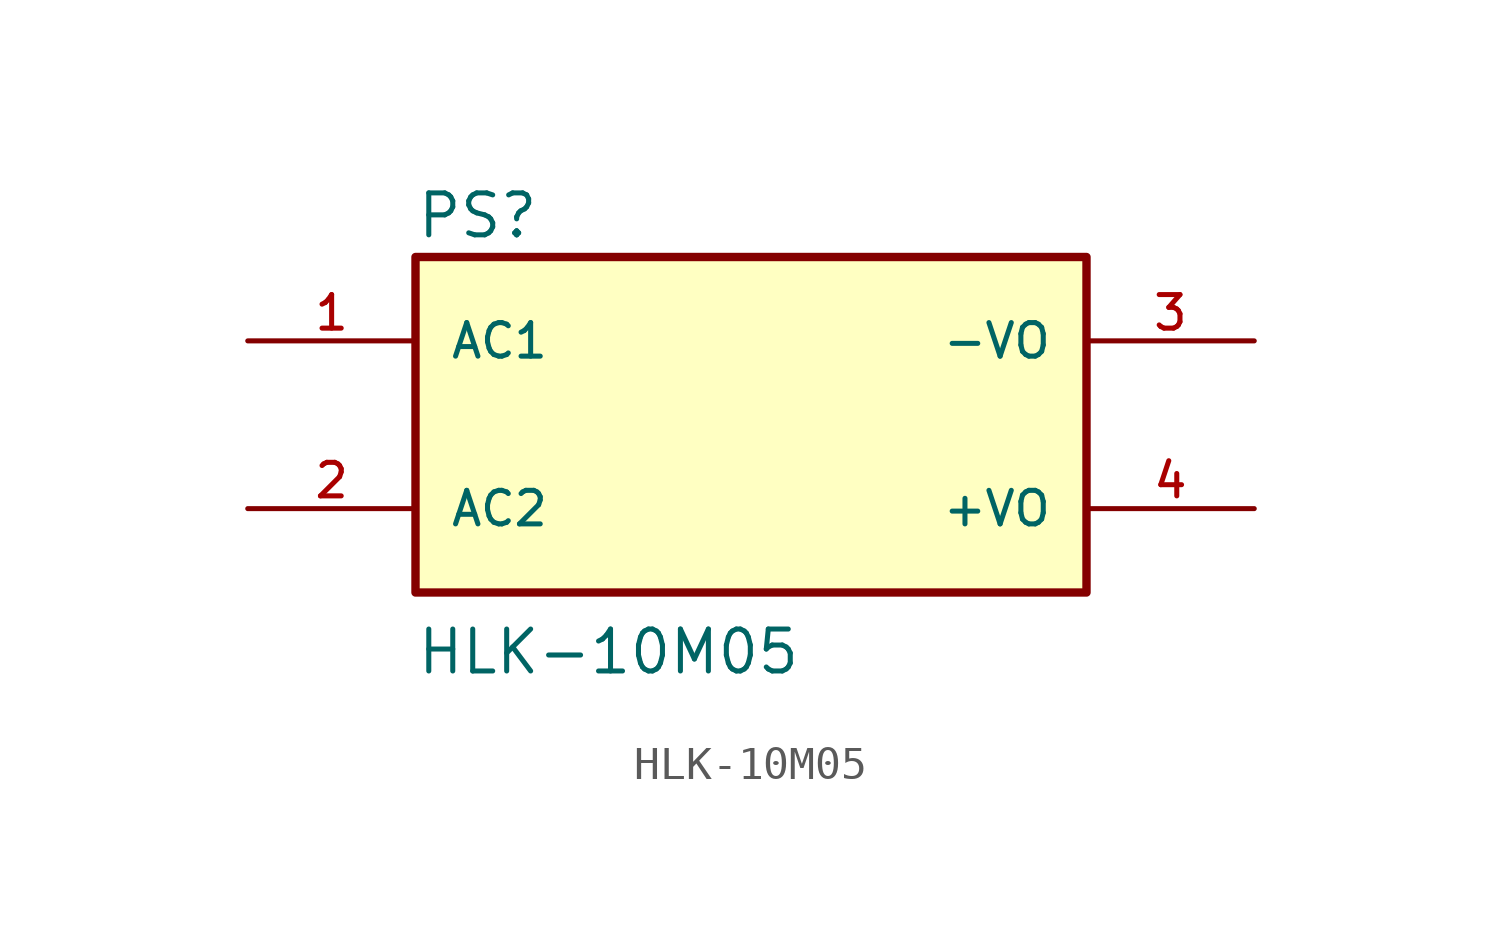
<source format=kicad_sym>
(kicad_symbol_lib
  (version 20211014)
  (generator kicad_symbol_editor)
  (symbol "HLK-10M05"
    (pin_names
      (offset 1.016))
    (property "Reference" "PS"
      (at -10.16 5.588 0)
      (effects (font (size 1.27 1.27)) (justify left bottom)))
    (property "Value" "HLK-10M05"
      (at -10.16 -7.62 0)
      (effects (font (size 1.27 1.27)) (justify left bottom)))
    (symbol "HLK-10M05_0_0"
      (rectangle (start -10.16 -5.08) (end 10.16 5.08) (stroke (width 0.254) (type default) (color 0 0 0 0)) (fill (type background)))
      (pin input line (at -15.24 2.54 0) (length 5.08) (name "AC1" (effects (font (size 1.016 1.016)))) (number "1" (effects (font (size 1.016 1.016)))))
      (pin input line (at -15.24 -2.54 0) (length 5.08) (name "AC2" (effects (font (size 1.016 1.016)))) (number "2" (effects (font (size 1.016 1.016)))))
      (pin output line (at 15.24 2.54 180) (length 5.08) (name "-VO" (effects (font (size 1.016 1.016)))) (number "3" (effects (font (size 1.016 1.016)))))
      (pin output line (at 15.24 -2.54 180) (length 5.08) (name "+VO" (effects (font (size 1.016 1.016)))) (number "4" (effects (font (size 1.016 1.016))))))))
</source>
